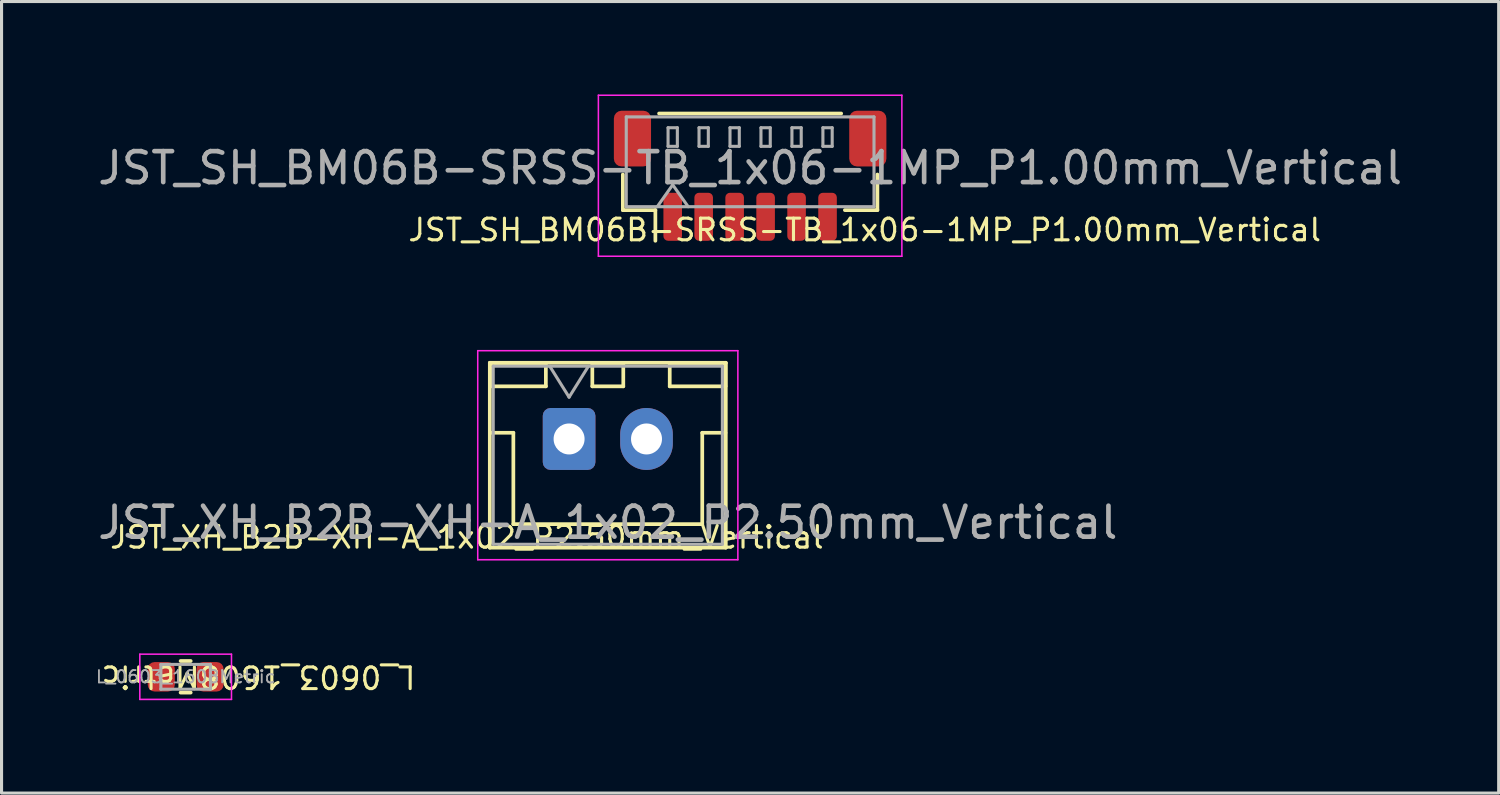
<source format=kicad_pcb>
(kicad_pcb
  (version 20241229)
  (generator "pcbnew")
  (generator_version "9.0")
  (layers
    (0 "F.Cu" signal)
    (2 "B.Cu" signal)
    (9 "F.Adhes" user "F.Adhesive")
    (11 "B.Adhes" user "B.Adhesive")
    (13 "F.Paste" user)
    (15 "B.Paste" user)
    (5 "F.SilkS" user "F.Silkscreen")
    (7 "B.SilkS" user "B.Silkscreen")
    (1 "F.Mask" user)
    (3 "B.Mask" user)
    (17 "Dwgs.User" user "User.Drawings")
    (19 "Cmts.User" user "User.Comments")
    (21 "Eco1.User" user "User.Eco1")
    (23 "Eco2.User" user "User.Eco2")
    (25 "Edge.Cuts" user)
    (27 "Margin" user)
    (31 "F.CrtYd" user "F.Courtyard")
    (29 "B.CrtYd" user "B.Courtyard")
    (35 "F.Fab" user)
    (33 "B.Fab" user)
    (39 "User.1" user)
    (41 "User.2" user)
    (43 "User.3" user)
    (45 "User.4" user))
  (footprint "JST_XH_B2B-XH-A_1x02_P2.50mm_Vertical"
    (layer "F.Cu")
    (at 15.327 11.125)
    (property "Reference" "JST_XH_B2B-XH-A_1x02_P2.50mm_Vertical" (at -3.3 3.175 0) (unlocked yes) (layer "F.SilkS") (effects (font (size 0.7 0.7) (thickness 0.1))))
    (attr through_hole)
    (fp_line (start -2.56 -2.46) (end -2.56 3.51) (stroke (width 0.12) (type solid)) (layer "F.SilkS"))
    (fp_line (start -2.56 3.51) (end 5.06 3.51) (stroke (width 0.12) (type solid)) (layer "F.SilkS"))
    (fp_line (start -2.55 -2.45) (end -2.55 -1.7) (stroke (width 0.12) (type solid)) (layer "F.SilkS"))
    (fp_line (start -2.55 -1.7) (end -0.75 -1.7) (stroke (width 0.12) (type solid)) (layer "F.SilkS"))
    (fp_line (start -2.55 -0.2) (end -1.8 -0.2) (stroke (width 0.12) (type solid)) (layer "F.SilkS"))
    (fp_line (start -1.8 -0.2) (end -1.8 2.75) (stroke (width 0.12) (type solid)) (layer "F.SilkS"))
    (fp_line (start -1.8 2.75) (end 1.25 2.75) (stroke (width 0.12) (type solid)) (layer "F.SilkS"))
    (fp_line (start -0.75 -2.45) (end -2.55 -2.45) (stroke (width 0.12) (type solid)) (layer "F.SilkS"))
    (fp_line (start -0.75 -1.7) (end -0.75 -2.45) (stroke (width 0.12) (type solid)) (layer "F.SilkS"))
    (fp_line (start 0.75 -2.45) (end 0.75 -1.7) (stroke (width 0.12) (type solid)) (layer "F.SilkS"))
    (fp_line (start 0.75 -1.7) (end 1.75 -1.7) (stroke (width 0.12) (type solid)) (layer "F.SilkS"))
    (fp_line (start 1.75 -2.45) (end 0.75 -2.45) (stroke (width 0.12) (type solid)) (layer "F.SilkS"))
    (fp_line (start 1.75 -1.7) (end 1.75 -2.45) (stroke (width 0.12) (type solid)) (layer "F.SilkS"))
    (fp_line (start 3.25 -2.45) (end 3.25 -1.7) (stroke (width 0.12) (type solid)) (layer "F.SilkS"))
    (fp_line (start 3.25 -1.7) (end 5.05 -1.7) (stroke (width 0.12) (type solid)) (layer "F.SilkS"))
    (fp_line (start 4.3 -0.2) (end 4.3 2.75) (stroke (width 0.12) (type solid)) (layer "F.SilkS"))
    (fp_line (start 4.3 2.75) (end 1.25 2.75) (stroke (width 0.12) (type solid)) (layer "F.SilkS"))
    (fp_line (start 5.05 -2.45) (end 3.25 -2.45) (stroke (width 0.12) (type solid)) (layer "F.SilkS"))
    (fp_line (start 5.05 -1.7) (end 5.05 -2.45) (stroke (width 0.12) (type solid)) (layer "F.SilkS"))
    (fp_line (start 5.05 -0.2) (end 4.3 -0.2) (stroke (width 0.12) (type solid)) (layer "F.SilkS"))
    (fp_line (start 5.06 -2.46) (end -2.56 -2.46) (stroke (width 0.12) (type solid)) (layer "F.SilkS"))
    (fp_line (start 5.06 3.51) (end 5.06 -2.46) (stroke (width 0.12) (type solid)) (layer "F.SilkS"))
    (fp_line (start -2.95 -2.85) (end -2.95 3.9) (stroke (width 0.05) (type solid)) (layer "F.CrtYd"))
    (fp_line (start -2.95 3.9) (end 5.45 3.9) (stroke (width 0.05) (type solid)) (layer "F.CrtYd"))
    (fp_line (start 5.45 -2.85) (end -2.95 -2.85) (stroke (width 0.05) (type solid)) (layer "F.CrtYd"))
    (fp_line (start 5.45 3.9) (end 5.45 -2.85) (stroke (width 0.05) (type solid)) (layer "F.CrtYd"))
    (fp_line (start -2.45 -2.35) (end -2.45 3.4) (stroke (width 0.1) (type solid)) (layer "F.Fab"))
    (fp_line (start -2.45 3.4) (end 4.95 3.4) (stroke (width 0.1) (type solid)) (layer "F.Fab"))
    (fp_line (start -0.625 -2.35) (end 0 -1.35) (stroke (width 0.1) (type solid)) (layer "F.Fab"))
    (fp_line (start 0 -1.35) (end 0.625 -2.35) (stroke (width 0.1) (type solid)) (layer "F.Fab"))
    (fp_line (start 4.95 -2.35) (end -2.45 -2.35) (stroke (width 0.1) (type solid)) (layer "F.Fab"))
    (fp_line (start 4.95 3.4) (end 4.95 -2.35) (stroke (width 0.1) (type solid)) (layer "F.Fab"))
    (fp_text user "${REFERENCE}" (at 1.25 2.7 0) (layer "F.Fab") (effects (font (size 1 1) (thickness 0.15))))
    (pad "1" thru_hole roundrect (at 0 0) (size 1.7 2) (drill 1) (layers "*.Cu" "*.Mask") (roundrect_rratio 0.147))
    (pad "2" thru_hole oval (at 2.5 0) (size 1.7 2) (drill 1) (layers "*.Cu" "*.Mask")))
  (footprint "L_0603_1608Metric"
    (layer "F.Cu")
    (at 2.945 18.805)
    (property "Reference" "L_0603_1608Metric" (at 2.35 0 180) (unlocked yes) (layer "F.SilkS") (effects (font (size 0.7 0.7) (thickness 0.1))))
    (attr smd)
    (fp_line (start -0.163 -0.51) (end 0.163 -0.51) (stroke (width 0.12) (type solid)) (layer "F.SilkS"))
    (fp_line (start -0.163 0.51) (end 0.163 0.51) (stroke (width 0.12) (type solid)) (layer "F.SilkS"))
    (fp_line (start -1.48 -0.73) (end 1.48 -0.73) (stroke (width 0.05) (type solid)) (layer "F.CrtYd"))
    (fp_line (start -1.48 0.73) (end -1.48 -0.73) (stroke (width 0.05) (type solid)) (layer "F.CrtYd"))
    (fp_line (start 1.48 -0.73) (end 1.48 0.73) (stroke (width 0.05) (type solid)) (layer "F.CrtYd"))
    (fp_line (start 1.48 0.73) (end -1.48 0.73) (stroke (width 0.05) (type solid)) (layer "F.CrtYd"))
    (fp_line (start -0.8 -0.4) (end 0.8 -0.4) (stroke (width 0.1) (type solid)) (layer "F.Fab"))
    (fp_line (start -0.8 0.4) (end -0.8 -0.4) (stroke (width 0.1) (type solid)) (layer "F.Fab"))
    (fp_line (start 0.8 -0.4) (end 0.8 0.4) (stroke (width 0.1) (type solid)) (layer "F.Fab"))
    (fp_line (start 0.8 0.4) (end -0.8 0.4) (stroke (width 0.1) (type solid)) (layer "F.Fab"))
    (fp_text user "${REFERENCE}" (at 0 0 180) (layer "F.Fab") (effects (font (size 0.4 0.4) (thickness 0.06))))
    (pad "1" smd roundrect (at -0.787 0) (size 0.875 0.95) (layers "F.Cu" "F.Mask" "F.Paste") (roundrect_rratio 0.25))
    (pad "2" smd roundrect (at 0.787 0) (size 0.875 0.95) (layers "F.Cu" "F.Mask" "F.Paste") (roundrect_rratio 0.25)))
  (footprint "JST_SH_BM06B-SRSS-TB_1x06-1MP_P1.00mm_Vertical"
    (layer "F.Cu")
    (at 21.173 2.625)
    (property "Reference" "JST_SH_BM06B-SRSS-TB_1x06-1MP_P1.00mm_Vertical" (at 3.7 1.75 0) (unlocked yes) (layer "F.SilkS") (effects (font (size 0.7 0.7) (thickness 0.1))))
    (attr smd)
    (fp_line (start -4.11 -0.04) (end -4.11 1.11) (stroke (width 0.12) (type solid)) (layer "F.SilkS"))
    (fp_line (start -4.11 1.11) (end -3.06 1.11) (stroke (width 0.12) (type solid)) (layer "F.SilkS"))
    (fp_line (start -3.06 1.11) (end -3.06 2.1) (stroke (width 0.12) (type solid)) (layer "F.SilkS"))
    (fp_line (start -2.94 -2.01) (end 2.94 -2.01) (stroke (width 0.12) (type solid)) (layer "F.SilkS"))
    (fp_line (start 4.11 -0.04) (end 4.11 1.11) (stroke (width 0.12) (type solid)) (layer "F.SilkS"))
    (fp_line (start 4.11 1.11) (end 3.06 1.11) (stroke (width 0.12) (type solid)) (layer "F.SilkS"))
    (fp_line (start -4.9 -2.6) (end -4.9 2.6) (stroke (width 0.05) (type solid)) (layer "F.CrtYd"))
    (fp_line (start -4.9 2.6) (end 4.9 2.6) (stroke (width 0.05) (type solid)) (layer "F.CrtYd"))
    (fp_line (start 4.9 -2.6) (end -4.9 -2.6) (stroke (width 0.05) (type solid)) (layer "F.CrtYd"))
    (fp_line (start 4.9 2.6) (end 4.9 -2.6) (stroke (width 0.05) (type solid)) (layer "F.CrtYd"))
    (fp_line (start -4 -1.9) (end 4 -1.9) (stroke (width 0.1) (type solid)) (layer "F.Fab"))
    (fp_line (start -4 1) (end -4 -1.9) (stroke (width 0.1) (type solid)) (layer "F.Fab"))
    (fp_line (start -4 1) (end 4 1) (stroke (width 0.1) (type solid)) (layer "F.Fab"))
    (fp_line (start -3 1) (end -2.5 0.293) (stroke (width 0.1) (type solid)) (layer "F.Fab"))
    (fp_line (start -2.65 -1.55) (end -2.65 -0.95) (stroke (width 0.1) (type solid)) (layer "F.Fab"))
    (fp_line (start -2.65 -0.95) (end -2.35 -0.95) (stroke (width 0.1) (type solid)) (layer "F.Fab"))
    (fp_line (start -2.5 0.293) (end -2 1) (stroke (width 0.1) (type solid)) (layer "F.Fab"))
    (fp_line (start -2.35 -1.55) (end -2.65 -1.55) (stroke (width 0.1) (type solid)) (layer "F.Fab"))
    (fp_line (start -2.35 -0.95) (end -2.35 -1.55) (stroke (width 0.1) (type solid)) (layer "F.Fab"))
    (fp_line (start -1.65 -1.55) (end -1.65 -0.95) (stroke (width 0.1) (type solid)) (layer "F.Fab"))
    (fp_line (start -1.65 -0.95) (end -1.35 -0.95) (stroke (width 0.1) (type solid)) (layer "F.Fab"))
    (fp_line (start -1.35 -1.55) (end -1.65 -1.55) (stroke (width 0.1) (type solid)) (layer "F.Fab"))
    (fp_line (start -1.35 -0.95) (end -1.35 -1.55) (stroke (width 0.1) (type solid)) (layer "F.Fab"))
    (fp_line (start -0.65 -1.55) (end -0.65 -0.95) (stroke (width 0.1) (type solid)) (layer "F.Fab"))
    (fp_line (start -0.65 -0.95) (end -0.35 -0.95) (stroke (width 0.1) (type solid)) (layer "F.Fab"))
    (fp_line (start -0.35 -1.55) (end -0.65 -1.55) (stroke (width 0.1) (type solid)) (layer "F.Fab"))
    (fp_line (start -0.35 -0.95) (end -0.35 -1.55) (stroke (width 0.1) (type solid)) (layer "F.Fab"))
    (fp_line (start 0.35 -1.55) (end 0.35 -0.95) (stroke (width 0.1) (type solid)) (layer "F.Fab"))
    (fp_line (start 0.35 -0.95) (end 0.65 -0.95) (stroke (width 0.1) (type solid)) (layer "F.Fab"))
    (fp_line (start 0.65 -1.55) (end 0.35 -1.55) (stroke (width 0.1) (type solid)) (layer "F.Fab"))
    (fp_line (start 0.65 -0.95) (end 0.65 -1.55) (stroke (width 0.1) (type solid)) (layer "F.Fab"))
    (fp_line (start 1.35 -1.55) (end 1.35 -0.95) (stroke (width 0.1) (type solid)) (layer "F.Fab"))
    (fp_line (start 1.35 -0.95) (end 1.65 -0.95) (stroke (width 0.1) (type solid)) (layer "F.Fab"))
    (fp_line (start 1.65 -1.55) (end 1.35 -1.55) (stroke (width 0.1) (type solid)) (layer "F.Fab"))
    (fp_line (start 1.65 -0.95) (end 1.65 -1.55) (stroke (width 0.1) (type solid)) (layer "F.Fab"))
    (fp_line (start 2.35 -1.55) (end 2.35 -0.95) (stroke (width 0.1) (type solid)) (layer "F.Fab"))
    (fp_line (start 2.35 -0.95) (end 2.65 -0.95) (stroke (width 0.1) (type solid)) (layer "F.Fab"))
    (fp_line (start 2.65 -1.55) (end 2.35 -1.55) (stroke (width 0.1) (type solid)) (layer "F.Fab"))
    (fp_line (start 2.65 -0.95) (end 2.65 -1.55) (stroke (width 0.1) (type solid)) (layer "F.Fab"))
    (fp_line (start 4 1) (end 4 -1.9) (stroke (width 0.1) (type solid)) (layer "F.Fab"))
    (fp_text user "${REFERENCE}" (at 0 -0.25 0) (layer "F.Fab") (effects (font (size 1 1) (thickness 0.15))))
    (pad "1" smd roundrect (at -2.5 1.325) (size 0.6 1.55) (layers "F.Cu" "F.Mask" "F.Paste") (roundrect_rratio 0.25))
    (pad "2" smd roundrect (at -1.5 1.325) (size 0.6 1.55) (layers "F.Cu" "F.Mask" "F.Paste") (roundrect_rratio 0.25))
    (pad "3" smd roundrect (at -0.5 1.325) (size 0.6 1.55) (layers "F.Cu" "F.Mask" "F.Paste") (roundrect_rratio 0.25))
    (pad "4" smd roundrect (at 0.5 1.325) (size 0.6 1.55) (layers "F.Cu" "F.Mask" "F.Paste") (roundrect_rratio 0.25))
    (pad "5" smd roundrect (at 1.5 1.325) (size 0.6 1.55) (layers "F.Cu" "F.Mask" "F.Paste") (roundrect_rratio 0.25))
    (pad "6" smd roundrect (at 2.5 1.325) (size 0.6 1.55) (layers "F.Cu" "F.Mask" "F.Paste") (roundrect_rratio 0.25))
    (pad "MP" smd roundrect (at -3.8 -1.2) (size 1.2 1.8) (layers "F.Cu" "F.Mask" "F.Paste") (roundrect_rratio 0.208))
    (pad "MP" smd roundrect (at 3.8 -1.2) (size 1.2 1.8) (layers "F.Cu" "F.Mask" "F.Paste") (roundrect_rratio 0.208)))
  (gr_rect
    (start -3 -3)
    (end 45.345 22.56)
    (stroke (width 0.1) (type default))
    (fill no)
    (layer "Edge.Cuts")))
</source>
